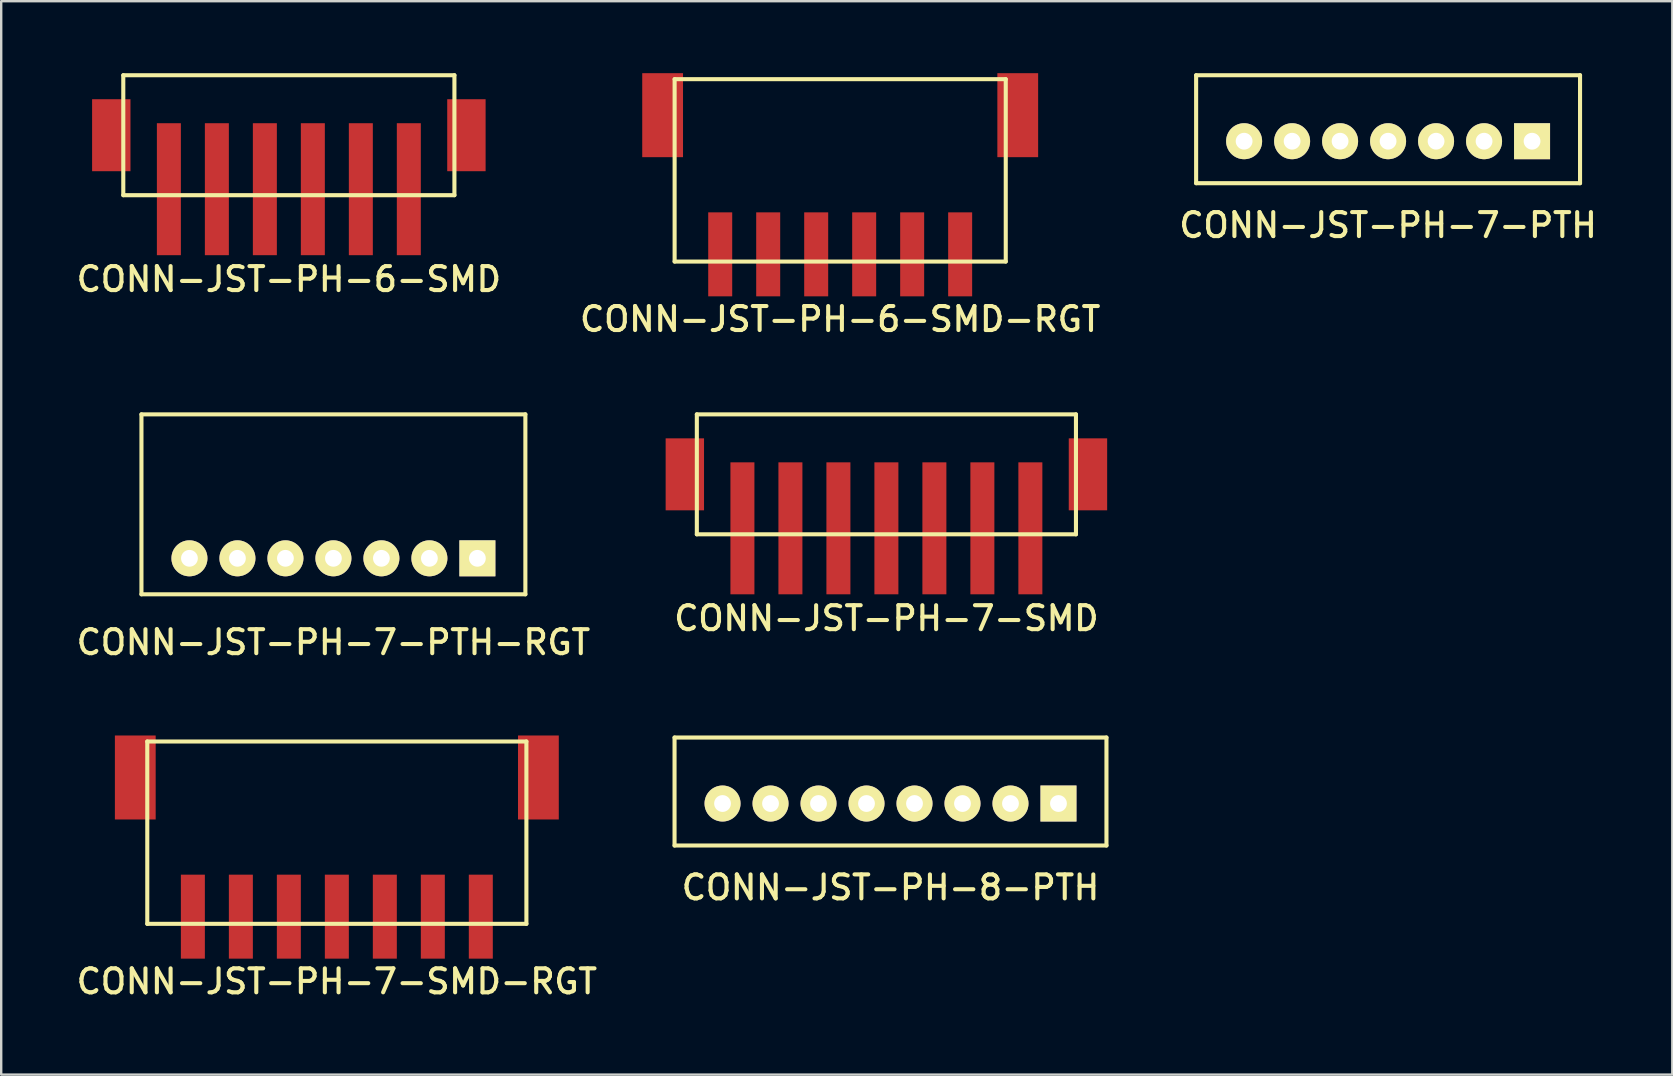
<source format=kicad_pcb>
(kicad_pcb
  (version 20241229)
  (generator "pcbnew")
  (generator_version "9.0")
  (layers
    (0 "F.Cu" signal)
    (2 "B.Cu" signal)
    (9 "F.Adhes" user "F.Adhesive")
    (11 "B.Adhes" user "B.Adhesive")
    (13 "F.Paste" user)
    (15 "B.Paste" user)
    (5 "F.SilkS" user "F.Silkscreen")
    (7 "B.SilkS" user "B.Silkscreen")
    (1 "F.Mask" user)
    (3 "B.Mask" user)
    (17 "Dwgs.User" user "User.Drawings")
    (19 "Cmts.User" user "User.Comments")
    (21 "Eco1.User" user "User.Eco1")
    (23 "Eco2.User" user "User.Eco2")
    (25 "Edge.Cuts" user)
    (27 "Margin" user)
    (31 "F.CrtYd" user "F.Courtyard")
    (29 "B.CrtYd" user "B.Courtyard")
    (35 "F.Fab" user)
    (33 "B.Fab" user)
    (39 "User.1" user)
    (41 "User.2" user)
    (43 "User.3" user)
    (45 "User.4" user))
  (footprint "CONN-JST-PH-7-SMD-RGT"
    (layer "F.Cu")
    (at 10.988 27.852)
    (property "Reference" "CONN-JST-PH-7-SMD-RGT" (at 0 10 0) (layer "F.SilkS") (effects (font (size 1 1) (thickness 0.17))))
    (attr through_hole)
    (fp_line (start -7.9 0) (end -7.9 7.6) (stroke (width 0.17) (type solid)) (layer "F.SilkS"))
    (fp_line (start -7.9 0) (end 7.9 0) (stroke (width 0.17) (type solid)) (layer "F.SilkS"))
    (fp_line (start -7.9 7.6) (end 7.9 7.6) (stroke (width 0.17) (type solid)) (layer "F.SilkS"))
    (fp_line (start 7.9 0) (end 7.9 7.6) (stroke (width 0.17) (type solid)) (layer "F.SilkS"))
    (pad "1" smd rect (at 6 7.3) (size 1 3.5) (layers "F.Cu" "F.Mask" "F.Paste"))
    (pad "2" smd rect (at 4 7.3) (size 1 3.5) (layers "F.Cu" "F.Mask" "F.Paste"))
    (pad "3" smd rect (at 2 7.3) (size 1 3.5) (layers "F.Cu" "F.Mask" "F.Paste"))
    (pad "4" smd rect (at 0 7.3) (size 1 3.5) (layers "F.Cu" "F.Mask" "F.Paste"))
    (pad "5" smd rect (at -2 7.3) (size 1 3.5) (layers "F.Cu" "F.Mask" "F.Paste"))
    (pad "6" smd rect (at -4 7.3) (size 1 3.5) (layers "F.Cu" "F.Mask" "F.Paste"))
    (pad "7" smd rect (at -6 7.3) (size 1 3.5) (layers "F.Cu" "F.Mask" "F.Paste"))
    (pad "M1" smd rect (at 8.4 1.5) (size 1.7 3.5) (layers "F.Cu" "F.Mask" "F.Paste"))
    (pad "M2" smd rect (at -8.4 1.5) (size 1.7 3.5) (layers "F.Cu" "F.Mask" "F.Paste")))
  (footprint "CONN-JST-PH-6-SMD-RGT"
    (layer "F.Cu")
    (at 31.965 0.25)
    (property "Reference" "CONN-JST-PH-6-SMD-RGT" (at 0 10 0) (layer "F.SilkS") (effects (font (size 1 1) (thickness 0.17))))
    (attr through_hole)
    (fp_line (start -6.9 0) (end 6.9 0) (stroke (width 0.17) (type solid)) (layer "F.SilkS"))
    (fp_line (start -6.9 7.6) (end -6.9 0) (stroke (width 0.17) (type solid)) (layer "F.SilkS"))
    (fp_line (start -6.9 7.6) (end 6.9 7.6) (stroke (width 0.17) (type solid)) (layer "F.SilkS"))
    (fp_line (start 6.9 7.6) (end 6.9 0) (stroke (width 0.17) (type solid)) (layer "F.SilkS"))
    (pad "1" smd rect (at 5 7.3) (size 1 3.5) (layers "F.Cu" "F.Mask" "F.Paste"))
    (pad "2" smd rect (at 3 7.3) (size 1 3.5) (layers "F.Cu" "F.Mask" "F.Paste"))
    (pad "3" smd rect (at 1 7.3) (size 1 3.5) (layers "F.Cu" "F.Mask" "F.Paste"))
    (pad "4" smd rect (at -1 7.3) (size 1 3.5) (layers "F.Cu" "F.Mask" "F.Paste"))
    (pad "5" smd rect (at -3 7.3) (size 1 3.5) (layers "F.Cu" "F.Mask" "F.Paste"))
    (pad "6" smd rect (at -5 7.3) (size 1 3.5) (layers "F.Cu" "F.Mask" "F.Paste"))
    (pad "M1" smd rect (at 7.4 1.5) (size 1.7 3.5) (layers "F.Cu" "F.Mask" "F.Paste"))
    (pad "M2" smd rect (at -7.4 1.5) (size 1.7 3.5) (layers "F.Cu" "F.Mask" "F.Paste")))
  (footprint "CONN-JST-PH-7-SMD"
    (layer "F.Cu")
    (at 33.891 21.718)
    (property "Reference" "CONN-JST-PH-7-SMD" (at 0 1 0) (layer "F.SilkS") (effects (font (size 1 1) (thickness 0.17))))
    (attr through_hole)
    (fp_line (start -7.9 -7.5) (end 7.9 -7.5) (stroke (width 0.17) (type solid)) (layer "F.SilkS"))
    (fp_line (start -7.9 -2.5) (end -7.9 -7.5) (stroke (width 0.17) (type solid)) (layer "F.SilkS"))
    (fp_line (start -7.9 -2.5) (end 7.9 -2.5) (stroke (width 0.17) (type solid)) (layer "F.SilkS"))
    (fp_line (start 7.9 -2.5) (end 7.9 -7.5) (stroke (width 0.17) (type solid)) (layer "F.SilkS"))
    (pad "1" smd rect (at -6 -2.75) (size 1 5.5) (layers "F.Cu" "F.Mask" "F.Paste"))
    (pad "2" smd rect (at -4 -2.75) (size 1 5.5) (layers "F.Cu" "F.Mask" "F.Paste"))
    (pad "3" smd rect (at -2 -2.75) (size 1 5.5) (layers "F.Cu" "F.Mask" "F.Paste"))
    (pad "4" smd rect (at 0 -2.75) (size 1 5.5) (layers "F.Cu" "F.Mask" "F.Paste"))
    (pad "5" smd rect (at 2 -2.75) (size 1 5.5) (layers "F.Cu" "F.Mask" "F.Paste"))
    (pad "6" smd rect (at 4 -2.75) (size 1 5.5) (layers "F.Cu" "F.Mask" "F.Paste"))
    (pad "7" smd rect (at 6 -2.75) (size 1 5.5) (layers "F.Cu" "F.Mask" "F.Paste"))
    (pad "M1" smd rect (at -8.4 -5) (size 1.6 3) (layers "F.Cu" "F.Mask" "F.Paste"))
    (pad "M2" smd rect (at 8.4 -5) (size 1.6 3) (layers "F.Cu" "F.Mask" "F.Paste")))
  (footprint "CONN-JST-PH-7-PTH-RGT"
    (layer "F.Cu")
    (at 10.845 20.218)
    (property "Reference" "CONN-JST-PH-7-PTH-RGT" (at 0 3.5 0) (layer "F.SilkS") (effects (font (size 1 1) (thickness 0.17))))
    (attr through_hole)
    (fp_line (start -8 -6) (end 8 -6) (stroke (width 0.17) (type solid)) (layer "F.SilkS"))
    (fp_line (start -8 1.5) (end -8 -6) (stroke (width 0.17) (type solid)) (layer "F.SilkS"))
    (fp_line (start -8 1.5) (end 8 1.5) (stroke (width 0.17) (type solid)) (layer "F.SilkS"))
    (fp_line (start 8 1.5) (end 8 -6) (stroke (width 0.17) (type solid)) (layer "F.SilkS"))
    (pad "1" thru_hole rect (at 6 0) (size 1.5 1.5) (drill 0.7) (layers "*.Cu" "*.Mask" "F.SilkS"))
    (pad "2" thru_hole circle (at 4 0) (size 1.5 1.5) (drill 0.7) (layers "*.Cu" "*.Mask" "F.SilkS"))
    (pad "3" thru_hole circle (at 2 0) (size 1.5 1.5) (drill 0.7) (layers "*.Cu" "*.Mask" "F.SilkS"))
    (pad "4" thru_hole circle (at 0 0) (size 1.5 1.5) (drill 0.7) (layers "*.Cu" "*.Mask" "F.SilkS"))
    (pad "5" thru_hole circle (at -2 0) (size 1.5 1.5) (drill 0.7) (layers "*.Cu" "*.Mask" "F.SilkS"))
    (pad "6" thru_hole circle (at -4 0) (size 1.5 1.5) (drill 0.7) (layers "*.Cu" "*.Mask" "F.SilkS"))
    (pad "7" thru_hole circle (at -6 0) (size 1.5 1.5) (drill 0.7) (layers "*.Cu" "*.Mask" "F.SilkS")))
  (footprint "CONN-JST-PH-8-PTH"
    (layer "F.Cu")
    (at 34.062 30.437)
    (property "Reference" "CONN-JST-PH-8-PTH" (at 0 3.5 0) (layer "F.SilkS") (effects (font (size 1 1) (thickness 0.17))))
    (attr through_hole)
    (fp_line (start -9 -2.75) (end 9 -2.75) (stroke (width 0.17) (type solid)) (layer "F.SilkS"))
    (fp_line (start -9 1.75) (end -9 -2.75) (stroke (width 0.17) (type solid)) (layer "F.SilkS"))
    (fp_line (start -9 1.75) (end 9 1.75) (stroke (width 0.17) (type solid)) (layer "F.SilkS"))
    (fp_line (start 9 1.75) (end 9 -2.75) (stroke (width 0.17) (type solid)) (layer "F.SilkS"))
    (pad "1" thru_hole rect (at 7 0) (size 1.5 1.5) (drill 0.7) (layers "*.Cu" "*.Mask" "F.SilkS"))
    (pad "2" thru_hole circle (at 5 0) (size 1.5 1.5) (drill 0.7) (layers "*.Cu" "*.Mask" "F.SilkS"))
    (pad "3" thru_hole circle (at 3 0) (size 1.5 1.5) (drill 0.7) (layers "*.Cu" "*.Mask" "F.SilkS"))
    (pad "4" thru_hole circle (at 1 0) (size 1.5 1.5) (drill 0.7) (layers "*.Cu" "*.Mask" "F.SilkS"))
    (pad "5" thru_hole circle (at -1 0) (size 1.5 1.5) (drill 0.7) (layers "*.Cu" "*.Mask" "F.SilkS"))
    (pad "6" thru_hole circle (at -3 0) (size 1.5 1.5) (drill 0.7) (layers "*.Cu" "*.Mask" "F.SilkS"))
    (pad "7" thru_hole circle (at -5 0) (size 1.5 1.5) (drill 0.7) (layers "*.Cu" "*.Mask" "F.SilkS"))
    (pad "8" thru_hole circle (at -7 0) (size 1.5 1.5) (drill 0.7) (layers "*.Cu" "*.Mask" "F.SilkS")))
  (footprint "CONN-JST-PH-6-SMD"
    (layer "F.Cu")
    (at 8.988 7.585)
    (property "Reference" "CONN-JST-PH-6-SMD" (at 0 1 0) (layer "F.SilkS") (effects (font (size 1 1) (thickness 0.17))))
    (attr through_hole)
    (fp_line (start -6.9 -7.5) (end 6.9 -7.5) (stroke (width 0.17) (type solid)) (layer "F.SilkS"))
    (fp_line (start -6.9 -2.5) (end -6.9 -7.5) (stroke (width 0.17) (type solid)) (layer "F.SilkS"))
    (fp_line (start -6.9 -2.5) (end 6.9 -2.5) (stroke (width 0.17) (type solid)) (layer "F.SilkS"))
    (fp_line (start 6.9 -2.5) (end 6.9 -7.5) (stroke (width 0.17) (type solid)) (layer "F.SilkS"))
    (pad "1" smd rect (at -5 -2.75) (size 1 5.5) (layers "F.Cu" "F.Mask" "F.Paste"))
    (pad "2" smd rect (at -3 -2.75) (size 1 5.5) (layers "F.Cu" "F.Mask" "F.Paste"))
    (pad "3" smd rect (at -1 -2.75) (size 1 5.5) (layers "F.Cu" "F.Mask" "F.Paste"))
    (pad "4" smd rect (at 1 -2.75) (size 1 5.5) (layers "F.Cu" "F.Mask" "F.Paste"))
    (pad "5" smd rect (at 3 -2.75) (size 1 5.5) (layers "F.Cu" "F.Mask" "F.Paste"))
    (pad "6" smd rect (at 5 -2.75) (size 1 5.5) (layers "F.Cu" "F.Mask" "F.Paste"))
    (pad "M1" smd rect (at -7.4 -5) (size 1.6 3) (layers "F.Cu" "F.Mask" "F.Paste"))
    (pad "M2" smd rect (at 7.4 -5) (size 1.6 3) (layers "F.Cu" "F.Mask" "F.Paste")))
  (footprint "CONN-JST-PH-7-PTH"
    (layer "F.Cu")
    (at 54.799 2.835)
    (property "Reference" "CONN-JST-PH-7-PTH" (at 0 3.5 0) (layer "F.SilkS") (effects (font (size 1 1) (thickness 0.17))))
    (attr through_hole)
    (fp_line (start -8 -2.75) (end 8 -2.75) (stroke (width 0.17) (type solid)) (layer "F.SilkS"))
    (fp_line (start -8 1.75) (end -8 -2.75) (stroke (width 0.17) (type solid)) (layer "F.SilkS"))
    (fp_line (start -8 1.75) (end 8 1.75) (stroke (width 0.17) (type solid)) (layer "F.SilkS"))
    (fp_line (start 8 1.75) (end 8 -2.75) (stroke (width 0.17) (type solid)) (layer "F.SilkS"))
    (pad "1" thru_hole rect (at 6 0) (size 1.5 1.5) (drill 0.7) (layers "*.Cu" "*.Mask" "F.SilkS"))
    (pad "2" thru_hole circle (at 4 0) (size 1.5 1.5) (drill 0.7) (layers "*.Cu" "*.Mask" "F.SilkS"))
    (pad "3" thru_hole circle (at 2 0) (size 1.5 1.5) (drill 0.7) (layers "*.Cu" "*.Mask" "F.SilkS"))
    (pad "4" thru_hole circle (at 0 0) (size 1.5 1.5) (drill 0.7) (layers "*.Cu" "*.Mask" "F.SilkS"))
    (pad "5" thru_hole circle (at -2 0) (size 1.5 1.5) (drill 0.7) (layers "*.Cu" "*.Mask" "F.SilkS"))
    (pad "6" thru_hole circle (at -4 0) (size 1.5 1.5) (drill 0.7) (layers "*.Cu" "*.Mask" "F.SilkS"))
    (pad "7" thru_hole circle (at -6 0) (size 1.5 1.5) (drill 0.7) (layers "*.Cu" "*.Mask" "F.SilkS")))
  (gr_rect
    (start -3 -3)
    (end 66.644 41.735)
    (stroke (width 0.1) (type default))
    (fill no)
    (layer "Edge.Cuts")))
</source>
